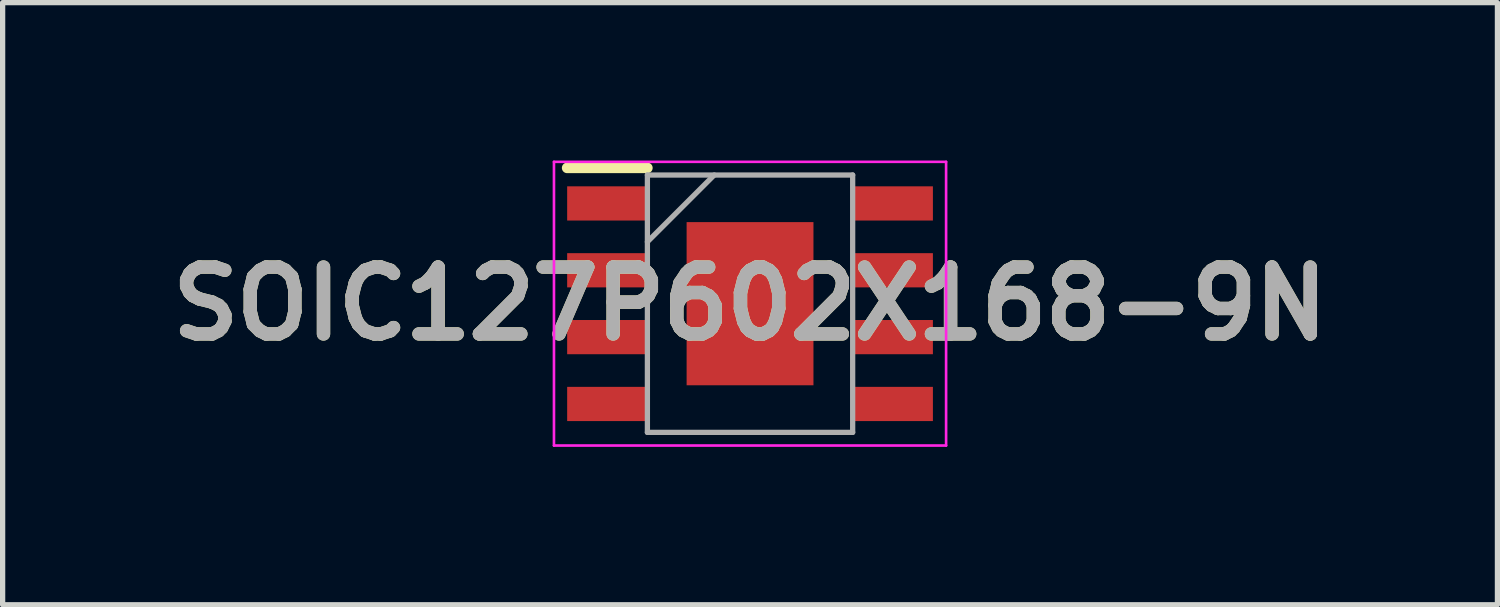
<source format=kicad_pcb>
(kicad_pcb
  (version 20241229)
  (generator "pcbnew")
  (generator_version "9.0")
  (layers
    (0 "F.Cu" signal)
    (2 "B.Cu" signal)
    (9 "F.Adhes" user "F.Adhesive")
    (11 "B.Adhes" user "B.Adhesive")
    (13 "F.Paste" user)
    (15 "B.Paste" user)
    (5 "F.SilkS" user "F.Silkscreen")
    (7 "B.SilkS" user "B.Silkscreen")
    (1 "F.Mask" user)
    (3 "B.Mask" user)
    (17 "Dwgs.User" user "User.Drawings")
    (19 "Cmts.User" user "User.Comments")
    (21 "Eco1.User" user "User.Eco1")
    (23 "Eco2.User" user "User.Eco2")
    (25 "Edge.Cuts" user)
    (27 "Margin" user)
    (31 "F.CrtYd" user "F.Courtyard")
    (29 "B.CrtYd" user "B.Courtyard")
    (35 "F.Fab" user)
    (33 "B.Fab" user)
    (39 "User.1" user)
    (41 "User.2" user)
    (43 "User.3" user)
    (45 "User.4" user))
  (footprint "SOIC127P602X168-9N"
    (layer "F.Cu")
    (at 11.2 2.72)
    (property "Reference" "SOIC127P602X168-9N" (at 0 0 0) (layer "F.SilkS") (effects (font (size 1.27 1.27) (thickness 0.254))))
    (attr smd)
    (fp_line (start -3.475 -2.58) (end -1.95 -2.58) (stroke (width 0.2) (type solid)) (layer "F.SilkS"))
    (fp_line (start -3.725 -2.695) (end 3.725 -2.695) (stroke (width 0.05) (type solid)) (layer "F.CrtYd"))
    (fp_line (start -3.725 2.695) (end -3.725 -2.695) (stroke (width 0.05) (type solid)) (layer "F.CrtYd"))
    (fp_line (start 3.725 -2.695) (end 3.725 2.695) (stroke (width 0.05) (type solid)) (layer "F.CrtYd"))
    (fp_line (start 3.725 2.695) (end -3.725 2.695) (stroke (width 0.05) (type solid)) (layer "F.CrtYd"))
    (fp_line (start -1.95 -2.445) (end 1.95 -2.445) (stroke (width 0.1) (type solid)) (layer "F.Fab"))
    (fp_line (start -1.95 -1.175) (end -0.68 -2.445) (stroke (width 0.1) (type solid)) (layer "F.Fab"))
    (fp_line (start -1.95 2.445) (end -1.95 -2.445) (stroke (width 0.1) (type solid)) (layer "F.Fab"))
    (fp_line (start 1.95 -2.445) (end 1.95 2.445) (stroke (width 0.1) (type solid)) (layer "F.Fab"))
    (fp_line (start 1.95 2.445) (end -1.95 2.445) (stroke (width 0.1) (type solid)) (layer "F.Fab"))
    (fp_text user "${REFERENCE}" (at 0 0 0) (layer "F.Fab") (effects (font (size 1.27 1.27) (thickness 0.254))))
    (pad "1" smd rect (at -2.712 -1.905 90) (size 0.65 1.525) (layers "F.Cu" "F.Mask" "F.Paste"))
    (pad "2" smd rect (at -2.712 -0.635 90) (size 0.65 1.525) (layers "F.Cu" "F.Mask" "F.Paste"))
    (pad "3" smd rect (at -2.712 0.635 90) (size 0.65 1.525) (layers "F.Cu" "F.Mask" "F.Paste"))
    (pad "4" smd rect (at -2.712 1.905 90) (size 0.65 1.525) (layers "F.Cu" "F.Mask" "F.Paste"))
    (pad "5" smd rect (at 2.712 1.905 90) (size 0.65 1.525) (layers "F.Cu" "F.Mask" "F.Paste"))
    (pad "6" smd rect (at 2.712 0.635 90) (size 0.65 1.525) (layers "F.Cu" "F.Mask" "F.Paste"))
    (pad "7" smd rect (at 2.712 -0.635 90) (size 0.65 1.525) (layers "F.Cu" "F.Mask" "F.Paste"))
    (pad "8" smd rect (at 2.712 -1.905 90) (size 0.65 1.525) (layers "F.Cu" "F.Mask" "F.Paste"))
    (pad "9" smd rect (at 0 0) (size 2.41 3.1) (layers "F.Cu" "F.Mask" "F.Paste")))
  (gr_rect
    (start -3 -3)
    (end 25.4 8.44)
    (stroke (width 0.1) (type default))
    (fill no)
    (layer "Edge.Cuts")))
</source>
